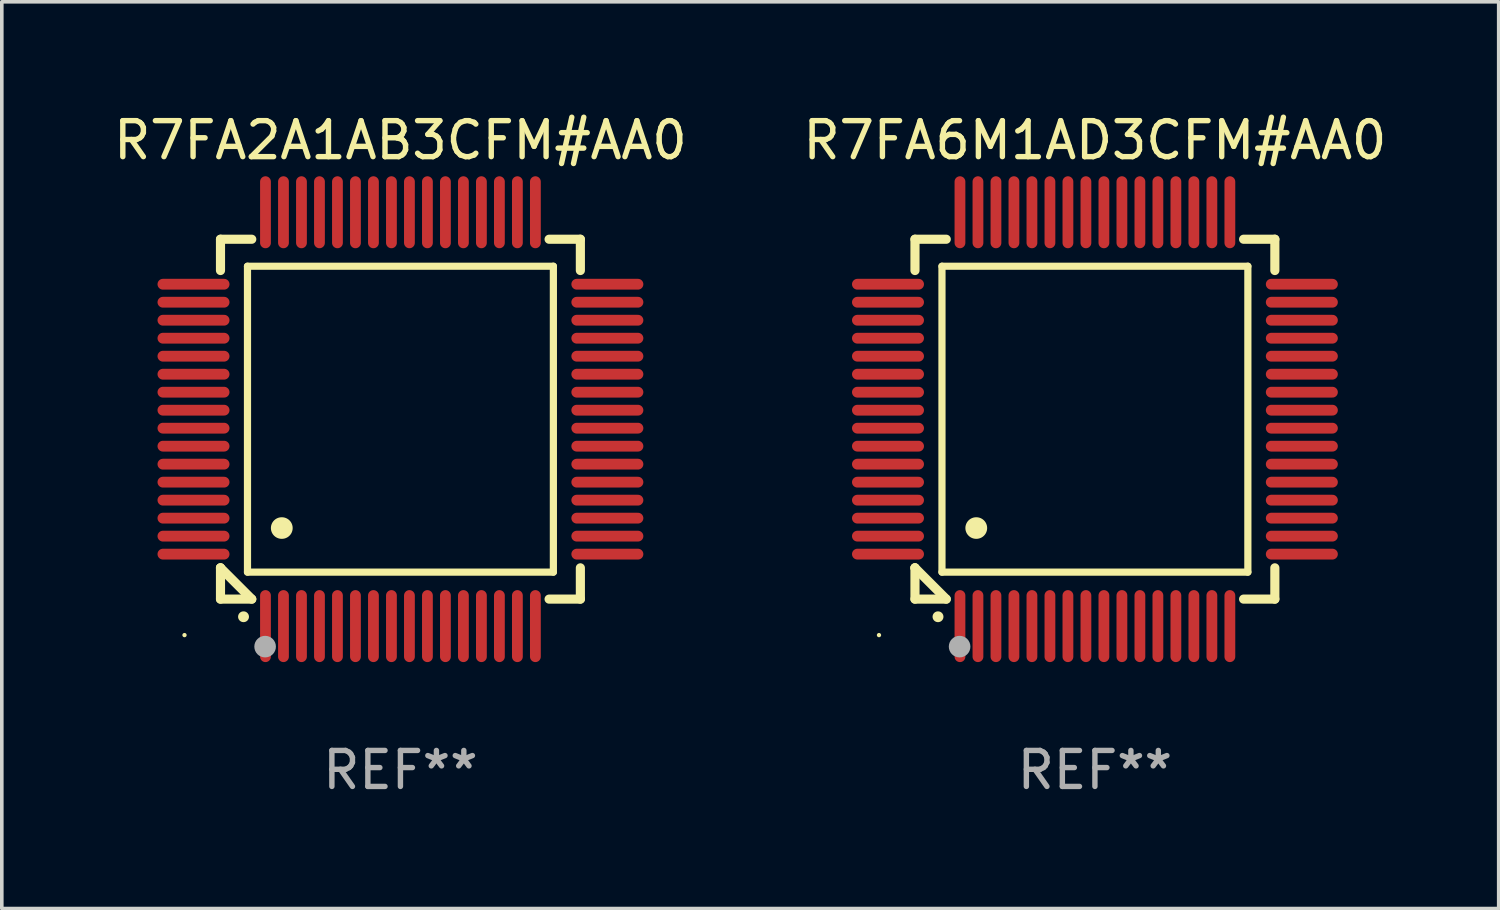
<source format=kicad_pcb>
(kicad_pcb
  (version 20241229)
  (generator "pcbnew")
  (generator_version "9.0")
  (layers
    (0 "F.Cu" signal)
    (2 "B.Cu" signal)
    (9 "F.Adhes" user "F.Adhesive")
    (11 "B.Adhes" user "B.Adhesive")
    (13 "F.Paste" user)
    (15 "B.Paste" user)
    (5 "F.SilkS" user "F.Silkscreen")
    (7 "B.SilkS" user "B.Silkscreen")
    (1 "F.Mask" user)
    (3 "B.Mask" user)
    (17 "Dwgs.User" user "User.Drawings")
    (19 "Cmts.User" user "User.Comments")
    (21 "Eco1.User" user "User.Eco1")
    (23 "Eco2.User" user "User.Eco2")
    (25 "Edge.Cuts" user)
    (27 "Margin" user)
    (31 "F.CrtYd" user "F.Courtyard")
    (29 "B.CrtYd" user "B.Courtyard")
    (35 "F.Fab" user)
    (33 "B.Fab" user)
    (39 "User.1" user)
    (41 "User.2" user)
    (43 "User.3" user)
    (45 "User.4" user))
  (footprint "R7FA6M1AD3CFM#AA0"
    (layer "F.Cu")
    (at 27.375 8.598)
    (property "Reference" "R7FA6M1AD3CFM#AA0" (at 0 -7.75 0) (layer "F.SilkS") (effects (font (size 1 1) (thickness 0.15))))
    (attr through_hole)
    (fp_line (start -5 -5) (end -4.131 -5) (stroke (width 0.254) (type solid)) (layer "F.SilkS"))
    (fp_line (start -5 -4.131) (end -5 -5) (stroke (width 0.254) (type solid)) (layer "F.SilkS"))
    (fp_line (start -5 4.131) (end -5 4.131) (stroke (width 0.254) (type solid)) (layer "F.SilkS"))
    (fp_line (start -5 5) (end -5 4.131) (stroke (width 0.254) (type solid)) (layer "F.SilkS"))
    (fp_line (start -5 4.131) (end -4.131 5) (stroke (width 0.254) (type solid)) (layer "F.SilkS"))
    (fp_line (start -4.25 -4.25) (end -4.25 4.25) (stroke (width 0.2) (type solid)) (layer "F.SilkS"))
    (fp_line (start -4.25 4.25) (end 4.25 4.25) (stroke (width 0.2) (type solid)) (layer "F.SilkS"))
    (fp_line (start -4.131 5) (end -5 5) (stroke (width 0.254) (type solid)) (layer "F.SilkS"))
    (fp_line (start 4.25 -4.25) (end -4.25 -4.25) (stroke (width 0.2) (type solid)) (layer "F.SilkS"))
    (fp_line (start 4.25 4.25) (end 4.25 -4.25) (stroke (width 0.2) (type solid)) (layer "F.SilkS"))
    (fp_line (start 5 -5) (end 4.131 -5) (stroke (width 0.254) (type solid)) (layer "F.SilkS"))
    (fp_line (start 5 -5) (end 5 -4.131) (stroke (width 0.254) (type solid)) (layer "F.SilkS"))
    (fp_line (start 5 4.131) (end 5 5) (stroke (width 0.254) (type solid)) (layer "F.SilkS"))
    (fp_line (start 5 5) (end 4.131 5) (stroke (width 0.254) (type solid)) (layer "F.SilkS"))
    (fp_arc (start -4.361265 5.489992) (mid -4.359995 5.489987) (end -4.358725 5.489992) (stroke (width 0.3) (type solid)) (layer "F.SilkS"))
    (fp_arc (start -3.299467 3.025146) (mid -3.296927 3.025135) (end -3.294387 3.025146) (stroke (width 0.6) (type solid)) (layer "F.SilkS"))
    (fp_circle (center -6 6) (end -5.97 6) (stroke (width 0.06) (type solid)) (fill no) (layer "F.SilkS"))
    (fp_circle (center -3.76 6.32) (end -3.61 6.32) (stroke (width 0.3) (type solid)) (fill no) (layer "F.Fab"))
    (fp_text user "REF**" (at 0 9.75 0) (layer "F.Fab") (effects (font (size 1 1) (thickness 0.15))))
    (pad "1" smd oval (at -3.75 5.75) (size 0.3 2) (layers "F.Cu" "F.Mask" "F.Paste"))
    (pad "2" smd oval (at -3.25 5.75) (size 0.3 2) (layers "F.Cu" "F.Mask" "F.Paste"))
    (pad "3" smd oval (at -2.75 5.75) (size 0.3 2) (layers "F.Cu" "F.Mask" "F.Paste"))
    (pad "4" smd oval (at -2.25 5.75) (size 0.3 2) (layers "F.Cu" "F.Mask" "F.Paste"))
    (pad "5" smd oval (at -1.75 5.75) (size 0.3 2) (layers "F.Cu" "F.Mask" "F.Paste"))
    (pad "6" smd oval (at -1.25 5.75) (size 0.3 2) (layers "F.Cu" "F.Mask" "F.Paste"))
    (pad "7" smd oval (at -0.75 5.75) (size 0.3 2) (layers "F.Cu" "F.Mask" "F.Paste"))
    (pad "8" smd oval (at -0.25 5.75) (size 0.3 2) (layers "F.Cu" "F.Mask" "F.Paste"))
    (pad "9" smd oval (at 0.25 5.75) (size 0.3 2) (layers "F.Cu" "F.Mask" "F.Paste"))
    (pad "10" smd oval (at 0.75 5.75) (size 0.3 2) (layers "F.Cu" "F.Mask" "F.Paste"))
    (pad "11" smd oval (at 1.25 5.75) (size 0.3 2) (layers "F.Cu" "F.Mask" "F.Paste"))
    (pad "12" smd oval (at 1.75 5.75) (size 0.3 2) (layers "F.Cu" "F.Mask" "F.Paste"))
    (pad "13" smd oval (at 2.25 5.75) (size 0.3 2) (layers "F.Cu" "F.Mask" "F.Paste"))
    (pad "14" smd oval (at 2.75 5.75) (size 0.3 2) (layers "F.Cu" "F.Mask" "F.Paste"))
    (pad "15" smd oval (at 3.25 5.75) (size 0.3 2) (layers "F.Cu" "F.Mask" "F.Paste"))
    (pad "16" smd oval (at 3.75 5.75) (size 0.3 2) (layers "F.Cu" "F.Mask" "F.Paste"))
    (pad "17" smd oval (at 5.75 3.75) (size 2 0.3) (layers "F.Cu" "F.Mask" "F.Paste"))
    (pad "18" smd oval (at 5.75 3.25) (size 2 0.3) (layers "F.Cu" "F.Mask" "F.Paste"))
    (pad "19" smd oval (at 5.75 2.75) (size 2 0.3) (layers "F.Cu" "F.Mask" "F.Paste"))
    (pad "20" smd oval (at 5.75 2.25) (size 2 0.3) (layers "F.Cu" "F.Mask" "F.Paste"))
    (pad "21" smd oval (at 5.75 1.75) (size 2 0.3) (layers "F.Cu" "F.Mask" "F.Paste"))
    (pad "22" smd oval (at 5.75 1.25) (size 2 0.3) (layers "F.Cu" "F.Mask" "F.Paste"))
    (pad "23" smd oval (at 5.75 0.75) (size 2 0.3) (layers "F.Cu" "F.Mask" "F.Paste"))
    (pad "24" smd oval (at 5.75 0.25) (size 2 0.3) (layers "F.Cu" "F.Mask" "F.Paste"))
    (pad "25" smd oval (at 5.75 -0.25) (size 2 0.3) (layers "F.Cu" "F.Mask" "F.Paste"))
    (pad "26" smd oval (at 5.75 -0.75) (size 2 0.3) (layers "F.Cu" "F.Mask" "F.Paste"))
    (pad "27" smd oval (at 5.75 -1.25) (size 2 0.3) (layers "F.Cu" "F.Mask" "F.Paste"))
    (pad "28" smd oval (at 5.75 -1.75) (size 2 0.3) (layers "F.Cu" "F.Mask" "F.Paste"))
    (pad "29" smd oval (at 5.75 -2.25) (size 2 0.3) (layers "F.Cu" "F.Mask" "F.Paste"))
    (pad "30" smd oval (at 5.75 -2.75) (size 2 0.3) (layers "F.Cu" "F.Mask" "F.Paste"))
    (pad "31" smd oval (at 5.75 -3.25) (size 2 0.3) (layers "F.Cu" "F.Mask" "F.Paste"))
    (pad "32" smd oval (at 5.75 -3.75) (size 2 0.3) (layers "F.Cu" "F.Mask" "F.Paste"))
    (pad "33" smd oval (at 3.75 -5.75) (size 0.3 2) (layers "F.Cu" "F.Mask" "F.Paste"))
    (pad "34" smd oval (at 3.25 -5.75) (size 0.3 2) (layers "F.Cu" "F.Mask" "F.Paste"))
    (pad "35" smd oval (at 2.75 -5.75) (size 0.3 2) (layers "F.Cu" "F.Mask" "F.Paste"))
    (pad "36" smd oval (at 2.25 -5.75) (size 0.3 2) (layers "F.Cu" "F.Mask" "F.Paste"))
    (pad "37" smd oval (at 1.75 -5.75) (size 0.3 2) (layers "F.Cu" "F.Mask" "F.Paste"))
    (pad "38" smd oval (at 1.25 -5.75) (size 0.3 2) (layers "F.Cu" "F.Mask" "F.Paste"))
    (pad "39" smd oval (at 0.75 -5.75) (size 0.3 2) (layers "F.Cu" "F.Mask" "F.Paste"))
    (pad "40" smd oval (at 0.25 -5.75) (size 0.3 2) (layers "F.Cu" "F.Mask" "F.Paste"))
    (pad "41" smd oval (at -0.25 -5.75) (size 0.3 2) (layers "F.Cu" "F.Mask" "F.Paste"))
    (pad "42" smd oval (at -0.75 -5.75) (size 0.3 2) (layers "F.Cu" "F.Mask" "F.Paste"))
    (pad "43" smd oval (at -1.25 -5.75) (size 0.3 2) (layers "F.Cu" "F.Mask" "F.Paste"))
    (pad "44" smd oval (at -1.75 -5.75) (size 0.3 2) (layers "F.Cu" "F.Mask" "F.Paste"))
    (pad "45" smd oval (at -2.25 -5.75) (size 0.3 2) (layers "F.Cu" "F.Mask" "F.Paste"))
    (pad "46" smd oval (at -2.75 -5.75) (size 0.3 2) (layers "F.Cu" "F.Mask" "F.Paste"))
    (pad "47" smd oval (at -3.25 -5.75) (size 0.3 2) (layers "F.Cu" "F.Mask" "F.Paste"))
    (pad "48" smd oval (at -3.75 -5.75) (size 0.3 2) (layers "F.Cu" "F.Mask" "F.Paste"))
    (pad "49" smd oval (at -5.75 -3.75) (size 2 0.3) (layers "F.Cu" "F.Mask" "F.Paste"))
    (pad "50" smd oval (at -5.75 -3.25) (size 2 0.3) (layers "F.Cu" "F.Mask" "F.Paste"))
    (pad "51" smd oval (at -5.75 -2.75) (size 2 0.3) (layers "F.Cu" "F.Mask" "F.Paste"))
    (pad "52" smd oval (at -5.75 -2.25) (size 2 0.3) (layers "F.Cu" "F.Mask" "F.Paste"))
    (pad "53" smd oval (at -5.75 -1.75) (size 2 0.3) (layers "F.Cu" "F.Mask" "F.Paste"))
    (pad "54" smd oval (at -5.75 -1.25) (size 2 0.3) (layers "F.Cu" "F.Mask" "F.Paste"))
    (pad "55" smd oval (at -5.75 -0.75) (size 2 0.3) (layers "F.Cu" "F.Mask" "F.Paste"))
    (pad "56" smd oval (at -5.75 -0.25) (size 2 0.3) (layers "F.Cu" "F.Mask" "F.Paste"))
    (pad "57" smd oval (at -5.75 0.25) (size 2 0.3) (layers "F.Cu" "F.Mask" "F.Paste"))
    (pad "58" smd oval (at -5.75 0.75) (size 2 0.3) (layers "F.Cu" "F.Mask" "F.Paste"))
    (pad "59" smd oval (at -5.75 1.25) (size 2 0.3) (layers "F.Cu" "F.Mask" "F.Paste"))
    (pad "60" smd oval (at -5.75 1.75) (size 2 0.3) (layers "F.Cu" "F.Mask" "F.Paste"))
    (pad "61" smd oval (at -5.75 2.25) (size 2 0.3) (layers "F.Cu" "F.Mask" "F.Paste"))
    (pad "62" smd oval (at -5.75 2.75) (size 2 0.3) (layers "F.Cu" "F.Mask" "F.Paste"))
    (pad "63" smd oval (at -5.75 3.25) (size 2 0.3) (layers "F.Cu" "F.Mask" "F.Paste"))
    (pad "64" smd oval (at -5.75 3.75) (size 2 0.3) (layers "F.Cu" "F.Mask" "F.Paste")))
  (footprint "R7FA2A1AB3CFM#AA0"
    (layer "F.Cu")
    (at 8.077 8.598)
    (property "Reference" "R7FA2A1AB3CFM#AA0" (at 0 -7.75 0) (layer "F.SilkS") (effects (font (size 1 1) (thickness 0.15))))
    (attr through_hole)
    (fp_line (start -5 -5) (end -4.131 -5) (stroke (width 0.254) (type solid)) (layer "F.SilkS"))
    (fp_line (start -5 -4.131) (end -5 -5) (stroke (width 0.254) (type solid)) (layer "F.SilkS"))
    (fp_line (start -5 4.131) (end -5 4.131) (stroke (width 0.254) (type solid)) (layer "F.SilkS"))
    (fp_line (start -5 5) (end -5 4.131) (stroke (width 0.254) (type solid)) (layer "F.SilkS"))
    (fp_line (start -5 4.131) (end -4.131 5) (stroke (width 0.254) (type solid)) (layer "F.SilkS"))
    (fp_line (start -4.25 -4.25) (end -4.25 4.25) (stroke (width 0.2) (type solid)) (layer "F.SilkS"))
    (fp_line (start -4.25 4.25) (end 4.25 4.25) (stroke (width 0.2) (type solid)) (layer "F.SilkS"))
    (fp_line (start -4.131 5) (end -5 5) (stroke (width 0.254) (type solid)) (layer "F.SilkS"))
    (fp_line (start 4.25 -4.25) (end -4.25 -4.25) (stroke (width 0.2) (type solid)) (layer "F.SilkS"))
    (fp_line (start 4.25 4.25) (end 4.25 -4.25) (stroke (width 0.2) (type solid)) (layer "F.SilkS"))
    (fp_line (start 5 -5) (end 4.131 -5) (stroke (width 0.254) (type solid)) (layer "F.SilkS"))
    (fp_line (start 5 -5) (end 5 -4.131) (stroke (width 0.254) (type solid)) (layer "F.SilkS"))
    (fp_line (start 5 4.131) (end 5 5) (stroke (width 0.254) (type solid)) (layer "F.SilkS"))
    (fp_line (start 5 5) (end 4.131 5) (stroke (width 0.254) (type solid)) (layer "F.SilkS"))
    (fp_arc (start -4.361265 5.489992) (mid -4.359995 5.489987) (end -4.358725 5.489992) (stroke (width 0.3) (type solid)) (layer "F.SilkS"))
    (fp_arc (start -3.299467 3.025146) (mid -3.296927 3.025135) (end -3.294387 3.025146) (stroke (width 0.6) (type solid)) (layer "F.SilkS"))
    (fp_circle (center -6 6) (end -5.97 6) (stroke (width 0.06) (type solid)) (fill no) (layer "F.SilkS"))
    (fp_circle (center -3.76 6.32) (end -3.61 6.32) (stroke (width 0.3) (type solid)) (fill no) (layer "F.Fab"))
    (fp_text user "REF**" (at 0 9.75 0) (layer "F.Fab") (effects (font (size 1 1) (thickness 0.15))))
    (pad "1" smd oval (at -3.75 5.75) (size 0.3 2) (layers "F.Cu" "F.Mask" "F.Paste"))
    (pad "2" smd oval (at -3.25 5.75) (size 0.3 2) (layers "F.Cu" "F.Mask" "F.Paste"))
    (pad "3" smd oval (at -2.75 5.75) (size 0.3 2) (layers "F.Cu" "F.Mask" "F.Paste"))
    (pad "4" smd oval (at -2.25 5.75) (size 0.3 2) (layers "F.Cu" "F.Mask" "F.Paste"))
    (pad "5" smd oval (at -1.75 5.75) (size 0.3 2) (layers "F.Cu" "F.Mask" "F.Paste"))
    (pad "6" smd oval (at -1.25 5.75) (size 0.3 2) (layers "F.Cu" "F.Mask" "F.Paste"))
    (pad "7" smd oval (at -0.75 5.75) (size 0.3 2) (layers "F.Cu" "F.Mask" "F.Paste"))
    (pad "8" smd oval (at -0.25 5.75) (size 0.3 2) (layers "F.Cu" "F.Mask" "F.Paste"))
    (pad "9" smd oval (at 0.25 5.75) (size 0.3 2) (layers "F.Cu" "F.Mask" "F.Paste"))
    (pad "10" smd oval (at 0.75 5.75) (size 0.3 2) (layers "F.Cu" "F.Mask" "F.Paste"))
    (pad "11" smd oval (at 1.25 5.75) (size 0.3 2) (layers "F.Cu" "F.Mask" "F.Paste"))
    (pad "12" smd oval (at 1.75 5.75) (size 0.3 2) (layers "F.Cu" "F.Mask" "F.Paste"))
    (pad "13" smd oval (at 2.25 5.75) (size 0.3 2) (layers "F.Cu" "F.Mask" "F.Paste"))
    (pad "14" smd oval (at 2.75 5.75) (size 0.3 2) (layers "F.Cu" "F.Mask" "F.Paste"))
    (pad "15" smd oval (at 3.25 5.75) (size 0.3 2) (layers "F.Cu" "F.Mask" "F.Paste"))
    (pad "16" smd oval (at 3.75 5.75) (size 0.3 2) (layers "F.Cu" "F.Mask" "F.Paste"))
    (pad "17" smd oval (at 5.75 3.75) (size 2 0.3) (layers "F.Cu" "F.Mask" "F.Paste"))
    (pad "18" smd oval (at 5.75 3.25) (size 2 0.3) (layers "F.Cu" "F.Mask" "F.Paste"))
    (pad "19" smd oval (at 5.75 2.75) (size 2 0.3) (layers "F.Cu" "F.Mask" "F.Paste"))
    (pad "20" smd oval (at 5.75 2.25) (size 2 0.3) (layers "F.Cu" "F.Mask" "F.Paste"))
    (pad "21" smd oval (at 5.75 1.75) (size 2 0.3) (layers "F.Cu" "F.Mask" "F.Paste"))
    (pad "22" smd oval (at 5.75 1.25) (size 2 0.3) (layers "F.Cu" "F.Mask" "F.Paste"))
    (pad "23" smd oval (at 5.75 0.75) (size 2 0.3) (layers "F.Cu" "F.Mask" "F.Paste"))
    (pad "24" smd oval (at 5.75 0.25) (size 2 0.3) (layers "F.Cu" "F.Mask" "F.Paste"))
    (pad "25" smd oval (at 5.75 -0.25) (size 2 0.3) (layers "F.Cu" "F.Mask" "F.Paste"))
    (pad "26" smd oval (at 5.75 -0.75) (size 2 0.3) (layers "F.Cu" "F.Mask" "F.Paste"))
    (pad "27" smd oval (at 5.75 -1.25) (size 2 0.3) (layers "F.Cu" "F.Mask" "F.Paste"))
    (pad "28" smd oval (at 5.75 -1.75) (size 2 0.3) (layers "F.Cu" "F.Mask" "F.Paste"))
    (pad "29" smd oval (at 5.75 -2.25) (size 2 0.3) (layers "F.Cu" "F.Mask" "F.Paste"))
    (pad "30" smd oval (at 5.75 -2.75) (size 2 0.3) (layers "F.Cu" "F.Mask" "F.Paste"))
    (pad "31" smd oval (at 5.75 -3.25) (size 2 0.3) (layers "F.Cu" "F.Mask" "F.Paste"))
    (pad "32" smd oval (at 5.75 -3.75) (size 2 0.3) (layers "F.Cu" "F.Mask" "F.Paste"))
    (pad "33" smd oval (at 3.75 -5.75) (size 0.3 2) (layers "F.Cu" "F.Mask" "F.Paste"))
    (pad "34" smd oval (at 3.25 -5.75) (size 0.3 2) (layers "F.Cu" "F.Mask" "F.Paste"))
    (pad "35" smd oval (at 2.75 -5.75) (size 0.3 2) (layers "F.Cu" "F.Mask" "F.Paste"))
    (pad "36" smd oval (at 2.25 -5.75) (size 0.3 2) (layers "F.Cu" "F.Mask" "F.Paste"))
    (pad "37" smd oval (at 1.75 -5.75) (size 0.3 2) (layers "F.Cu" "F.Mask" "F.Paste"))
    (pad "38" smd oval (at 1.25 -5.75) (size 0.3 2) (layers "F.Cu" "F.Mask" "F.Paste"))
    (pad "39" smd oval (at 0.75 -5.75) (size 0.3 2) (layers "F.Cu" "F.Mask" "F.Paste"))
    (pad "40" smd oval (at 0.25 -5.75) (size 0.3 2) (layers "F.Cu" "F.Mask" "F.Paste"))
    (pad "41" smd oval (at -0.25 -5.75) (size 0.3 2) (layers "F.Cu" "F.Mask" "F.Paste"))
    (pad "42" smd oval (at -0.75 -5.75) (size 0.3 2) (layers "F.Cu" "F.Mask" "F.Paste"))
    (pad "43" smd oval (at -1.25 -5.75) (size 0.3 2) (layers "F.Cu" "F.Mask" "F.Paste"))
    (pad "44" smd oval (at -1.75 -5.75) (size 0.3 2) (layers "F.Cu" "F.Mask" "F.Paste"))
    (pad "45" smd oval (at -2.25 -5.75) (size 0.3 2) (layers "F.Cu" "F.Mask" "F.Paste"))
    (pad "46" smd oval (at -2.75 -5.75) (size 0.3 2) (layers "F.Cu" "F.Mask" "F.Paste"))
    (pad "47" smd oval (at -3.25 -5.75) (size 0.3 2) (layers "F.Cu" "F.Mask" "F.Paste"))
    (pad "48" smd oval (at -3.75 -5.75) (size 0.3 2) (layers "F.Cu" "F.Mask" "F.Paste"))
    (pad "49" smd oval (at -5.75 -3.75) (size 2 0.3) (layers "F.Cu" "F.Mask" "F.Paste"))
    (pad "50" smd oval (at -5.75 -3.25) (size 2 0.3) (layers "F.Cu" "F.Mask" "F.Paste"))
    (pad "51" smd oval (at -5.75 -2.75) (size 2 0.3) (layers "F.Cu" "F.Mask" "F.Paste"))
    (pad "52" smd oval (at -5.75 -2.25) (size 2 0.3) (layers "F.Cu" "F.Mask" "F.Paste"))
    (pad "53" smd oval (at -5.75 -1.75) (size 2 0.3) (layers "F.Cu" "F.Mask" "F.Paste"))
    (pad "54" smd oval (at -5.75 -1.25) (size 2 0.3) (layers "F.Cu" "F.Mask" "F.Paste"))
    (pad "55" smd oval (at -5.75 -0.75) (size 2 0.3) (layers "F.Cu" "F.Mask" "F.Paste"))
    (pad "56" smd oval (at -5.75 -0.25) (size 2 0.3) (layers "F.Cu" "F.Mask" "F.Paste"))
    (pad "57" smd oval (at -5.75 0.25) (size 2 0.3) (layers "F.Cu" "F.Mask" "F.Paste"))
    (pad "58" smd oval (at -5.75 0.75) (size 2 0.3) (layers "F.Cu" "F.Mask" "F.Paste"))
    (pad "59" smd oval (at -5.75 1.25) (size 2 0.3) (layers "F.Cu" "F.Mask" "F.Paste"))
    (pad "60" smd oval (at -5.75 1.75) (size 2 0.3) (layers "F.Cu" "F.Mask" "F.Paste"))
    (pad "61" smd oval (at -5.75 2.25) (size 2 0.3) (layers "F.Cu" "F.Mask" "F.Paste"))
    (pad "62" smd oval (at -5.75 2.75) (size 2 0.3) (layers "F.Cu" "F.Mask" "F.Paste"))
    (pad "63" smd oval (at -5.75 3.25) (size 2 0.3) (layers "F.Cu" "F.Mask" "F.Paste"))
    (pad "64" smd oval (at -5.75 3.75) (size 2 0.3) (layers "F.Cu" "F.Mask" "F.Paste")))
  (gr_rect
    (start -3 -3)
    (end 38.595 22.196)
    (stroke (width 0.1) (type default))
    (fill no)
    (layer "Edge.Cuts")))
</source>
